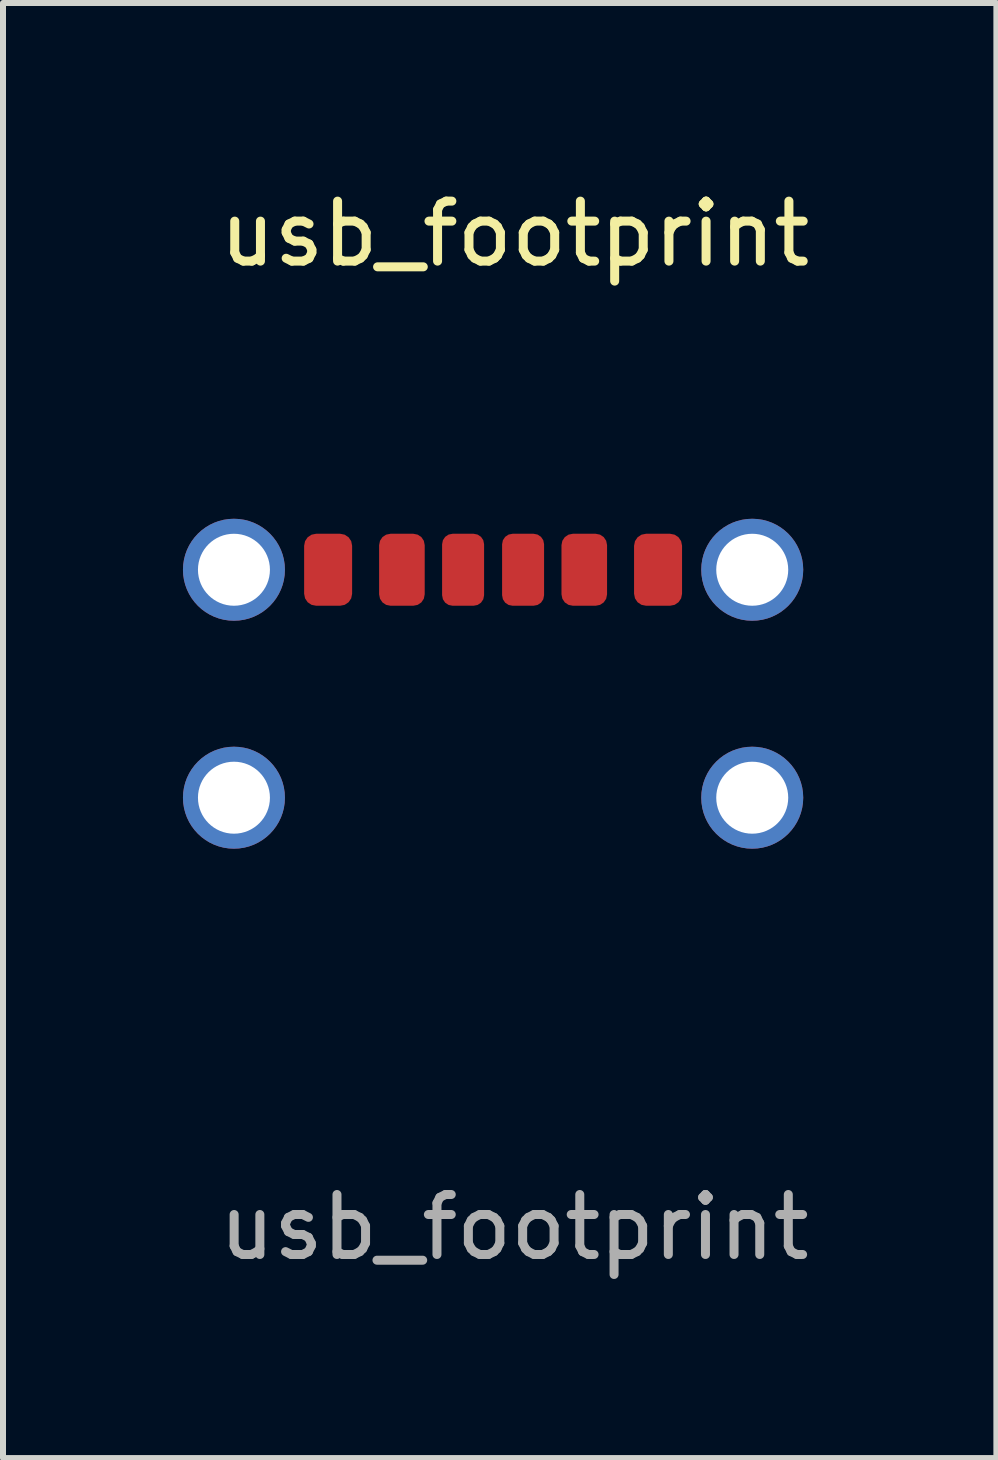
<source format=kicad_pcb>
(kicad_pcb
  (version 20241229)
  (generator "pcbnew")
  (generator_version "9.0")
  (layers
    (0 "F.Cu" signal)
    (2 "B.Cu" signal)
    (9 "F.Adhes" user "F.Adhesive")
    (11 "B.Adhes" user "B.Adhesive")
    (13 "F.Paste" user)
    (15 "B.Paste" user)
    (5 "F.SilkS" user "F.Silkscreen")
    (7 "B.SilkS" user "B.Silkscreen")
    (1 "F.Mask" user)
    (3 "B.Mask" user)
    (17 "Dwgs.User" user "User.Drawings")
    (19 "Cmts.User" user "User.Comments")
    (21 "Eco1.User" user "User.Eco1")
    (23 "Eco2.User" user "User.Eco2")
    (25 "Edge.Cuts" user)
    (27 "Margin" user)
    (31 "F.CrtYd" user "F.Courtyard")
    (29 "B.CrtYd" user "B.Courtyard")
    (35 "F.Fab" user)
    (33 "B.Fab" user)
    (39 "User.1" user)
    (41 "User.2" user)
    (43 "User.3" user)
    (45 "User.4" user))
  (footprint "usb_footprint"
    (layer "F.Cu")
    (at 5.49 6.448)
    (property "Reference" "usb_footprint" (at 0.04 -5.6 0) (unlocked yes) (layer "F.SilkS") (effects (font (size 1 1) (thickness 0.15))))
    (attr smd)
    (fp_text user "${REFERENCE}" (at 0.03 10.96 0) (unlocked yes) (layer "F.Fab") (effects (font (size 1 1) (thickness 0.15))))
    (pad "A5" smd roundrect (at -0.82 0 90) (size 1.2 0.7) (layers "F.Cu" "F.Mask" "F.Paste") (roundrect_rratio 0.25))
    (pad "A9" smd roundrect (at 1.2 0 90) (size 1.2 0.76) (layers "F.Cu" "F.Mask" "F.Paste") (roundrect_rratio 0.25))
    (pad "A12" smd roundrect (at 2.43 0 90) (size 1.2 0.8) (layers "F.Cu" "F.Mask" "F.Paste") (roundrect_rratio 0.25))
    (pad "B5" smd roundrect (at 0.18 0 90) (size 1.2 0.7) (layers "F.Cu" "F.Mask" "F.Paste") (roundrect_rratio 0.25))
    (pad "B9" smd roundrect (at -1.84 0 90) (size 1.2 0.76) (layers "F.Cu" "F.Mask" "F.Paste") (roundrect_rratio 0.25))
    (pad "B12" smd roundrect (at -3.07 0 90) (size 1.2 0.8) (layers "F.Cu" "F.Mask" "F.Paste") (roundrect_rratio 0.25))
    (pad "S1" thru_hole circle (at -4.64 0 90) (size 1.7 1.7) (drill 1.2) (layers "*.Cu" "*.Mask"))
    (pad "S1" thru_hole circle (at -4.64 3.8 90) (size 1.7 1.7) (drill 1.2) (layers "*.Cu" "*.Mask"))
    (pad "S1" thru_hole circle (at 4 0 90) (size 1.7 1.7) (drill 1.2) (layers "*.Cu" "*.Mask"))
    (pad "S1" thru_hole circle (at 4 3.8 90) (size 1.7 1.7) (drill 1.2) (layers "*.Cu" "*.Mask")))
  (gr_rect
    (start -3 -3)
    (end 13.56 21.256)
    (stroke (width 0.1) (type default))
    (fill no)
    (layer "Edge.Cuts")))
</source>
